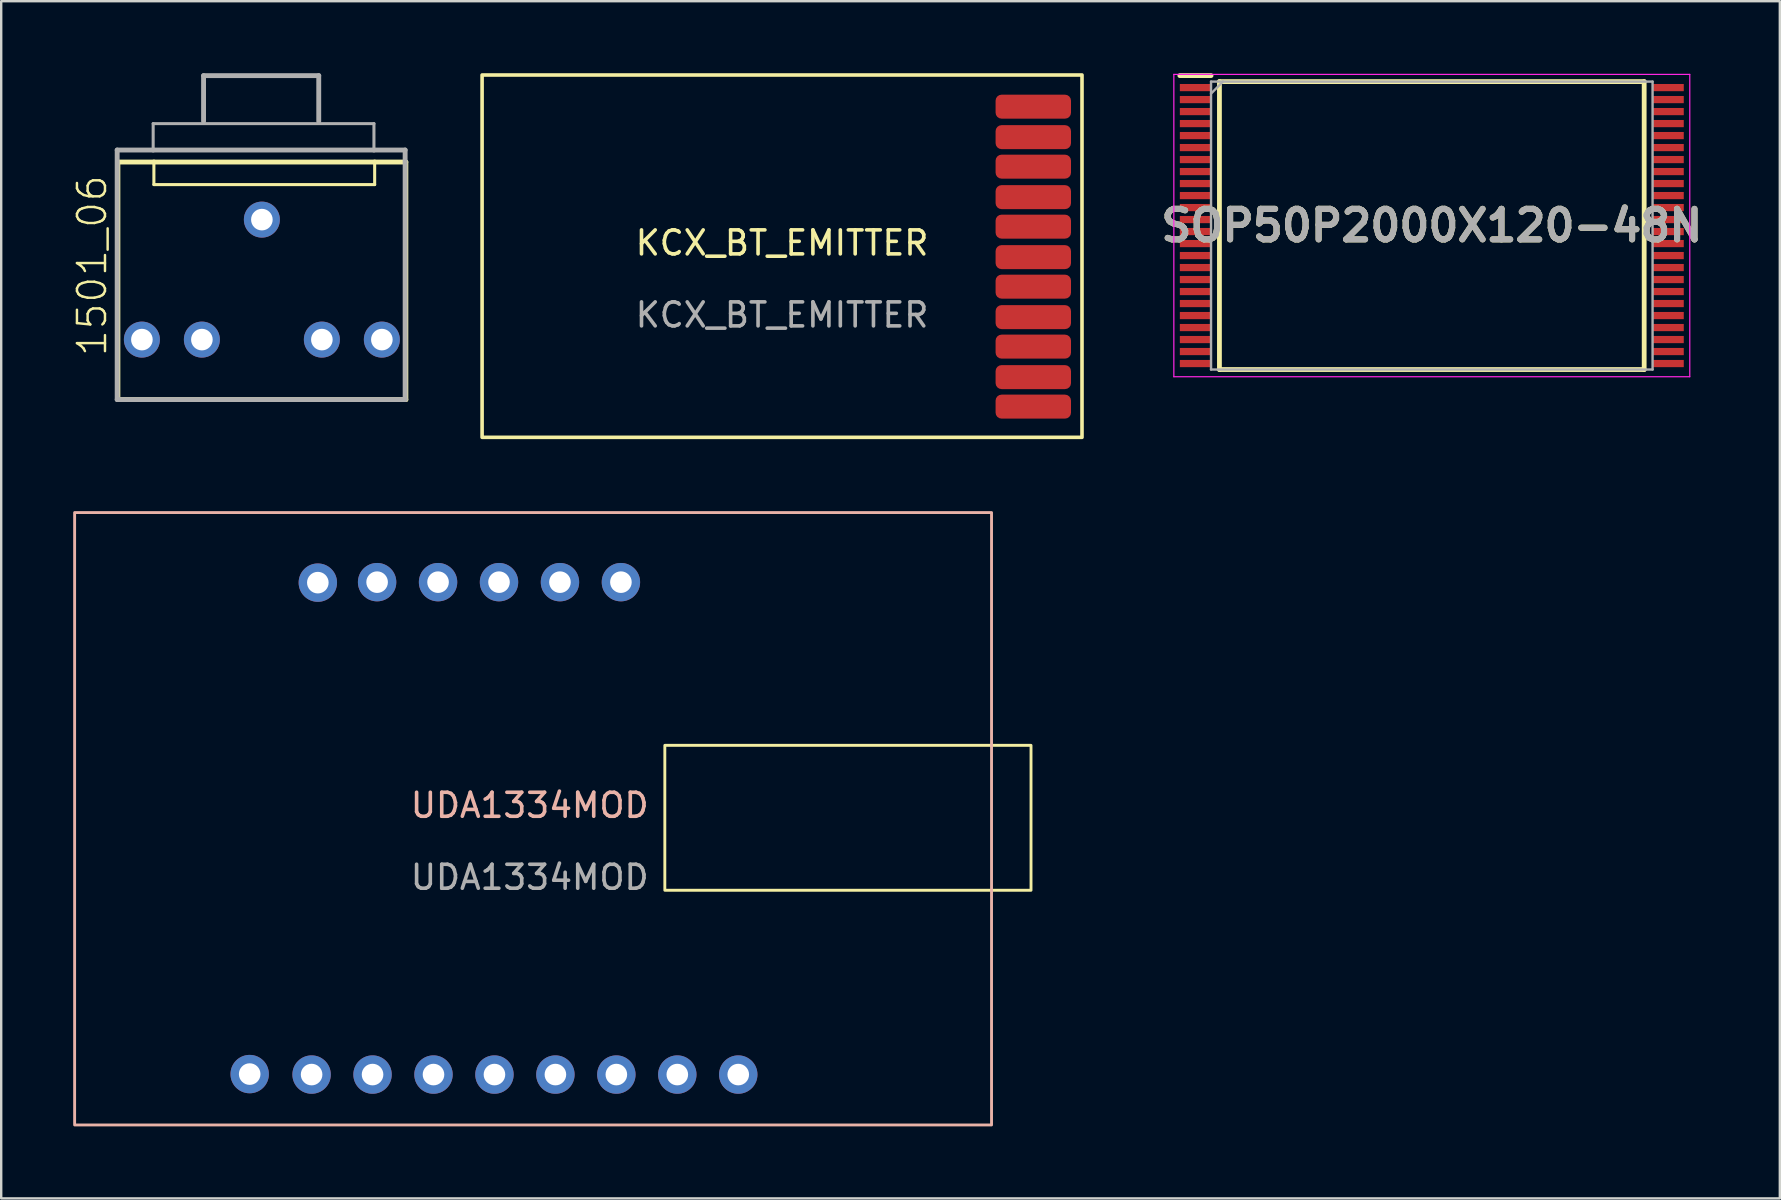
<source format=kicad_pcb>
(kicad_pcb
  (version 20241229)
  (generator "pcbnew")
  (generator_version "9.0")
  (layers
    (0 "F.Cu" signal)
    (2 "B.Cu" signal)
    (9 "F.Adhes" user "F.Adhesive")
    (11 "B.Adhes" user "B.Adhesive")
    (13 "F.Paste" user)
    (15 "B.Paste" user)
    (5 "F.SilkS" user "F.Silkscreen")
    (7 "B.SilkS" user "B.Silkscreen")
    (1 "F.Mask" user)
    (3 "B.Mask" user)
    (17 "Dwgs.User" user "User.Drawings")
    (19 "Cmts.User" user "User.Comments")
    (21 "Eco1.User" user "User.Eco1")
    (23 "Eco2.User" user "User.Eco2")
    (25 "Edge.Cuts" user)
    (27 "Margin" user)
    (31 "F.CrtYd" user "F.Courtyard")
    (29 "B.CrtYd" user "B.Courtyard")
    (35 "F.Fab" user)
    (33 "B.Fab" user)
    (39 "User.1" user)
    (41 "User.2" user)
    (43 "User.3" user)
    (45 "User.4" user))
  (footprint "KCX_BT_EMITTER"
    (layer "F.Cu")
    (at 29.54 7.575)
    (property "Reference" "KCX_BT_EMITTER" (at 0 -0.5 0) (unlocked yes) (layer "F.SilkS") (effects (font (size 1 1) (thickness 0.15))))
    (attr smd)
    (fp_rect (start -12.5 -7.5) (end 12.5 7.6) (stroke (width 0.15) (type default)) (fill no) (layer "F.SilkS"))
    (fp_text user "${REFERENCE}" (at 0 2.5 0) (unlocked yes) (layer "F.Fab") (effects (font (size 1 1) (thickness 0.15))))
    (pad "1" smd roundrect (at 10.47 -6.18) (size 3.143 1) (layers "F.Cu" "F.Mask" "F.Paste") (roundrect_rratio 0.25))
    (pad "2" smd roundrect (at 10.47 -4.91) (size 3.143 1) (layers "F.Cu" "F.Mask" "F.Paste") (roundrect_rratio 0.25))
    (pad "3" smd roundrect (at 10.47 -3.68) (size 3.143 1) (layers "F.Cu" "F.Mask" "F.Paste") (roundrect_rratio 0.25))
    (pad "4" smd roundrect (at 10.47 -2.41) (size 3.143 1) (layers "F.Cu" "F.Mask" "F.Paste") (roundrect_rratio 0.25))
    (pad "5" smd roundrect (at 10.47 -1.18) (size 3.143 1) (layers "F.Cu" "F.Mask" "F.Paste") (roundrect_rratio 0.25))
    (pad "6" smd roundrect (at 10.47 0.09) (size 3.143 1) (layers "F.Cu" "F.Mask" "F.Paste") (roundrect_rratio 0.25))
    (pad "7" smd roundrect (at 10.47 1.32) (size 3.143 1) (layers "F.Cu" "F.Mask" "F.Paste") (roundrect_rratio 0.25))
    (pad "8" smd roundrect (at 10.47 2.59) (size 3.143 1) (layers "F.Cu" "F.Mask" "F.Paste") (roundrect_rratio 0.25))
    (pad "9" smd roundrect (at 10.47 3.82) (size 3.143 1) (layers "F.Cu" "F.Mask" "F.Paste") (roundrect_rratio 0.25))
    (pad "10" smd roundrect (at 10.47 5.09) (size 3.143 1) (layers "F.Cu" "F.Mask" "F.Paste") (roundrect_rratio 0.25))
    (pad "11" smd roundrect (at 10.47 6.32) (size 3.143 1) (layers "F.Cu" "F.Mask" "F.Paste") (roundrect_rratio 0.25)))
  (footprint "UDA1334MOD"
    (layer "F.Cu")
    (at 19.025 31.01)
    (property "Reference" "UDA1334MOD" (at 0 -0.5 0) (unlocked yes) (layer "B.SilkS") (effects (font (size 1 1) (thickness 0.15))))
    (attr through_hole)
    (fp_rect (start 5.63 -3) (end 20.89 3.04) (stroke (width 0.12) (type default)) (fill no) (layer "F.SilkS"))
    (fp_rect (start -18.965 -12.7) (end 19.245 12.82) (stroke (width 0.12) (type default)) (fill no) (layer "B.SilkS"))
    (fp_text user "${REFERENCE}" (at 0 2.5 0) (unlocked yes) (layer "F.Fab") (effects (font (size 1 1) (thickness 0.15))))
    (pad "1" thru_hole circle (at -11.67 10.7) (size 1.6 1.6) (drill 0.9) (layers "*.Cu" "*.Mask"))
    (pad "2" thru_hole circle (at -9.09 10.72) (size 1.6 1.6) (drill 0.9) (layers "*.Cu" "*.Mask"))
    (pad "3" thru_hole circle (at -6.55 10.72) (size 1.6 1.6) (drill 0.9) (layers "*.Cu" "*.Mask"))
    (pad "4" thru_hole circle (at -4.01 10.72) (size 1.6 1.6) (drill 0.9) (layers "*.Cu" "*.Mask"))
    (pad "5" thru_hole circle (at -1.47 10.72) (size 1.6 1.6) (drill 0.9) (layers "*.Cu" "*.Mask"))
    (pad "6" thru_hole circle (at 1.07 10.72) (size 1.6 1.6) (drill 0.9) (layers "*.Cu" "*.Mask"))
    (pad "7" thru_hole circle (at 3.61 10.72) (size 1.6 1.6) (drill 0.9) (layers "*.Cu" "*.Mask"))
    (pad "8" thru_hole circle (at 6.15 10.72) (size 1.6 1.6) (drill 0.9) (layers "*.Cu" "*.Mask"))
    (pad "9" thru_hole circle (at 8.69 10.72) (size 1.6 1.6) (drill 0.9) (layers "*.Cu" "*.Mask"))
    (pad "10" thru_hole circle (at -8.83 -9.78) (size 1.6 1.6) (drill 0.9) (layers "*.Cu" "*.Mask"))
    (pad "11" thru_hole circle (at -6.36 -9.8) (size 1.6 1.6) (drill 0.9) (layers "*.Cu" "*.Mask"))
    (pad "12" thru_hole circle (at -3.82 -9.8) (size 1.6 1.6) (drill 0.9) (layers "*.Cu" "*.Mask"))
    (pad "13" thru_hole circle (at -1.28 -9.8) (size 1.6 1.6) (drill 0.9) (layers "*.Cu" "*.Mask"))
    (pad "14" thru_hole circle (at 1.26 -9.8) (size 1.6 1.6) (drill 0.9) (layers "*.Cu" "*.Mask"))
    (pad "15" thru_hole circle (at 3.8 -9.8) (size 1.6 1.6) (drill 0.9) (layers "*.Cu" "*.Mask")))
  (footprint "1501_06"
    (layer "F.Cu")
    (at 7.863 3.102)
    (property "Reference" "1501_06" (at -6.39 8.77 90) (layer "F.SilkS") (effects (font (size 1.168 1.168) (thickness 0.102)) (justify left bottom)))
    (fp_line (start -6 0.6) (end -4.5 0.6) (stroke (width 0.203) (type solid)) (layer "F.SilkS"))
    (fp_line (start -6 10.5) (end -6 0.6) (stroke (width 0.203) (type solid)) (layer "F.SilkS"))
    (fp_line (start -4.5 0.6) (end -4.5 1.54) (stroke (width 0.127) (type solid)) (layer "F.SilkS"))
    (fp_line (start -4.5 0.6) (end 4.7 0.6) (stroke (width 0.203) (type solid)) (layer "F.SilkS"))
    (fp_line (start -4.5 1.54) (end 4.7 1.54) (stroke (width 0.127) (type solid)) (layer "F.SilkS"))
    (fp_line (start 4.7 0.6) (end 6 0.6) (stroke (width 0.203) (type solid)) (layer "F.SilkS"))
    (fp_line (start 4.7 1.54) (end 4.7 0.6) (stroke (width 0.127) (type solid)) (layer "F.SilkS"))
    (fp_line (start 6 0.6) (end 6 10.5) (stroke (width 0.203) (type solid)) (layer "F.SilkS"))
    (fp_line (start 6 10.5) (end -6 10.5) (stroke (width 0.203) (type solid)) (layer "F.SilkS"))
    (fp_line (start -6.03 0.1) (end -4.53 0.1) (stroke (width 0.203) (type solid)) (layer "F.Fab"))
    (fp_line (start -6.03 10.5) (end -6.03 0.1) (stroke (width 0.203) (type solid)) (layer "F.Fab"))
    (fp_line (start -4.53 -1) (end 4.67 -1) (stroke (width 0.127) (type solid)) (layer "F.Fab"))
    (fp_line (start -4.53 0.1) (end -4.53 -1) (stroke (width 0.127) (type solid)) (layer "F.Fab"))
    (fp_line (start -4.53 0.1) (end 4.67 0.1) (stroke (width 0.203) (type solid)) (layer "F.Fab"))
    (fp_line (start -2.43 -3) (end 2.37 -3) (stroke (width 0.203) (type solid)) (layer "F.Fab"))
    (fp_line (start -2.43 -1.1) (end -2.43 -3) (stroke (width 0.203) (type solid)) (layer "F.Fab"))
    (fp_line (start 2.37 -3) (end 2.37 -1.1) (stroke (width 0.203) (type solid)) (layer "F.Fab"))
    (fp_line (start 4.67 -1) (end 4.67 0.1) (stroke (width 0.127) (type solid)) (layer "F.Fab"))
    (fp_line (start 4.67 0.1) (end 5.97 0.1) (stroke (width 0.203) (type solid)) (layer "F.Fab"))
    (fp_line (start 5.97 0.1) (end 5.97 10.5) (stroke (width 0.203) (type solid)) (layer "F.Fab"))
    (fp_line (start 5.97 10.5) (end -6.03 10.5) (stroke (width 0.203) (type solid)) (layer "F.Fab"))
    (pad "1" thru_hole circle (at 0 3 180) (size 1.5 1.5) (drill 0.9) (layers "*.Cu" "*.Mask"))
    (pad "2" thru_hole circle (at 5 8 90) (size 1.5 1.5) (drill 0.9) (layers "*.Cu" "*.Mask"))
    (pad "3" thru_hole circle (at 2.5 8 180) (size 1.5 1.5) (drill 0.9) (layers "*.Cu" "*.Mask"))
    (pad "4" thru_hole circle (at -2.5 8 180) (size 1.5 1.5) (drill 0.9) (layers "*.Cu" "*.Mask"))
    (pad "5" thru_hole circle (at -5 8 90) (size 1.5 1.5) (drill 0.9) (layers "*.Cu" "*.Mask")))
  (footprint "SOP50P2000X120-48N"
    (layer "F.Cu")
    (at 56.617 6.35)
    (property "Reference" "SOP50P2000X120-48N" (at 0 0 0) (layer "F.SilkS") (effects (font (size 1.27 1.27) (thickness 0.254))))
    (attr smd)
    (fp_line (start -10.5 -6.25) (end -9.2 -6.25) (stroke (width 0.2) (type solid)) (layer "F.SilkS"))
    (fp_line (start -8.85 -6) (end 8.85 -6) (stroke (width 0.2) (type solid)) (layer "F.SilkS"))
    (fp_line (start -8.85 6) (end -8.85 -6) (stroke (width 0.2) (type solid)) (layer "F.SilkS"))
    (fp_line (start 8.85 -6) (end 8.85 6) (stroke (width 0.2) (type solid)) (layer "F.SilkS"))
    (fp_line (start 8.85 6) (end -8.85 6) (stroke (width 0.2) (type solid)) (layer "F.SilkS"))
    (fp_line (start -10.75 -6.3) (end 10.75 -6.3) (stroke (width 0.05) (type solid)) (layer "F.CrtYd"))
    (fp_line (start -10.75 6.3) (end -10.75 -6.3) (stroke (width 0.05) (type solid)) (layer "F.CrtYd"))
    (fp_line (start 10.75 -6.3) (end 10.75 6.3) (stroke (width 0.05) (type solid)) (layer "F.CrtYd"))
    (fp_line (start 10.75 6.3) (end -10.75 6.3) (stroke (width 0.05) (type solid)) (layer "F.CrtYd"))
    (fp_line (start -9.2 -6) (end 9.2 -6) (stroke (width 0.1) (type solid)) (layer "F.Fab"))
    (fp_line (start -9.2 -5.5) (end -8.7 -6) (stroke (width 0.1) (type solid)) (layer "F.Fab"))
    (fp_line (start -9.2 6) (end -9.2 -6) (stroke (width 0.1) (type solid)) (layer "F.Fab"))
    (fp_line (start 9.2 -6) (end 9.2 6) (stroke (width 0.1) (type solid)) (layer "F.Fab"))
    (fp_line (start 9.2 6) (end -9.2 6) (stroke (width 0.1) (type solid)) (layer "F.Fab"))
    (fp_text user "${REFERENCE}" (at 0 0 0) (layer "F.Fab") (effects (font (size 1.27 1.27) (thickness 0.254))))
    (pad "1" smd rect (at -9.85 -5.75 90) (size 0.3 1.3) (layers "F.Cu" "F.Mask" "F.Paste"))
    (pad "2" smd rect (at -9.85 -5.25 90) (size 0.3 1.3) (layers "F.Cu" "F.Mask" "F.Paste"))
    (pad "3" smd rect (at -9.85 -4.75 90) (size 0.3 1.3) (layers "F.Cu" "F.Mask" "F.Paste"))
    (pad "4" smd rect (at -9.85 -4.25 90) (size 0.3 1.3) (layers "F.Cu" "F.Mask" "F.Paste"))
    (pad "5" smd rect (at -9.85 -3.75 90) (size 0.3 1.3) (layers "F.Cu" "F.Mask" "F.Paste"))
    (pad "6" smd rect (at -9.85 -3.25 90) (size 0.3 1.3) (layers "F.Cu" "F.Mask" "F.Paste"))
    (pad "7" smd rect (at -9.85 -2.75 90) (size 0.3 1.3) (layers "F.Cu" "F.Mask" "F.Paste"))
    (pad "8" smd rect (at -9.85 -2.25 90) (size 0.3 1.3) (layers "F.Cu" "F.Mask" "F.Paste"))
    (pad "9" smd rect (at -9.85 -1.75 90) (size 0.3 1.3) (layers "F.Cu" "F.Mask" "F.Paste"))
    (pad "10" smd rect (at -9.85 -1.25 90) (size 0.3 1.3) (layers "F.Cu" "F.Mask" "F.Paste"))
    (pad "11" smd rect (at -9.85 -0.75 90) (size 0.3 1.3) (layers "F.Cu" "F.Mask" "F.Paste"))
    (pad "12" smd rect (at -9.85 -0.25 90) (size 0.3 1.3) (layers "F.Cu" "F.Mask" "F.Paste"))
    (pad "13" smd rect (at -9.85 0.25 90) (size 0.3 1.3) (layers "F.Cu" "F.Mask" "F.Paste"))
    (pad "14" smd rect (at -9.85 0.75 90) (size 0.3 1.3) (layers "F.Cu" "F.Mask" "F.Paste"))
    (pad "15" smd rect (at -9.85 1.25 90) (size 0.3 1.3) (layers "F.Cu" "F.Mask" "F.Paste"))
    (pad "16" smd rect (at -9.85 1.75 90) (size 0.3 1.3) (layers "F.Cu" "F.Mask" "F.Paste"))
    (pad "17" smd rect (at -9.85 2.25 90) (size 0.3 1.3) (layers "F.Cu" "F.Mask" "F.Paste"))
    (pad "18" smd rect (at -9.85 2.75 90) (size 0.3 1.3) (layers "F.Cu" "F.Mask" "F.Paste"))
    (pad "19" smd rect (at -9.85 3.25 90) (size 0.3 1.3) (layers "F.Cu" "F.Mask" "F.Paste"))
    (pad "20" smd rect (at -9.85 3.75 90) (size 0.3 1.3) (layers "F.Cu" "F.Mask" "F.Paste"))
    (pad "21" smd rect (at -9.85 4.25 90) (size 0.3 1.3) (layers "F.Cu" "F.Mask" "F.Paste"))
    (pad "22" smd rect (at -9.85 4.75 90) (size 0.3 1.3) (layers "F.Cu" "F.Mask" "F.Paste"))
    (pad "23" smd rect (at -9.85 5.25 90) (size 0.3 1.3) (layers "F.Cu" "F.Mask" "F.Paste"))
    (pad "24" smd rect (at -9.85 5.75 90) (size 0.3 1.3) (layers "F.Cu" "F.Mask" "F.Paste"))
    (pad "25" smd rect (at 9.85 5.75 90) (size 0.3 1.3) (layers "F.Cu" "F.Mask" "F.Paste"))
    (pad "26" smd rect (at 9.85 5.25 90) (size 0.3 1.3) (layers "F.Cu" "F.Mask" "F.Paste"))
    (pad "27" smd rect (at 9.85 4.75 90) (size 0.3 1.3) (layers "F.Cu" "F.Mask" "F.Paste"))
    (pad "28" smd rect (at 9.85 4.25 90) (size 0.3 1.3) (layers "F.Cu" "F.Mask" "F.Paste"))
    (pad "29" smd rect (at 9.85 3.75 90) (size 0.3 1.3) (layers "F.Cu" "F.Mask" "F.Paste"))
    (pad "30" smd rect (at 9.85 3.25 90) (size 0.3 1.3) (layers "F.Cu" "F.Mask" "F.Paste"))
    (pad "31" smd rect (at 9.85 2.75 90) (size 0.3 1.3) (layers "F.Cu" "F.Mask" "F.Paste"))
    (pad "32" smd rect (at 9.85 2.25 90) (size 0.3 1.3) (layers "F.Cu" "F.Mask" "F.Paste"))
    (pad "33" smd rect (at 9.85 1.75 90) (size 0.3 1.3) (layers "F.Cu" "F.Mask" "F.Paste"))
    (pad "34" smd rect (at 9.85 1.25 90) (size 0.3 1.3) (layers "F.Cu" "F.Mask" "F.Paste"))
    (pad "35" smd rect (at 9.85 0.75 90) (size 0.3 1.3) (layers "F.Cu" "F.Mask" "F.Paste"))
    (pad "36" smd rect (at 9.85 0.25 90) (size 0.3 1.3) (layers "F.Cu" "F.Mask" "F.Paste"))
    (pad "37" smd rect (at 9.85 -0.25 90) (size 0.3 1.3) (layers "F.Cu" "F.Mask" "F.Paste"))
    (pad "38" smd rect (at 9.85 -0.75 90) (size 0.3 1.3) (layers "F.Cu" "F.Mask" "F.Paste"))
    (pad "39" smd rect (at 9.85 -1.25 90) (size 0.3 1.3) (layers "F.Cu" "F.Mask" "F.Paste"))
    (pad "40" smd rect (at 9.85 -1.75 90) (size 0.3 1.3) (layers "F.Cu" "F.Mask" "F.Paste"))
    (pad "41" smd rect (at 9.85 -2.25 90) (size 0.3 1.3) (layers "F.Cu" "F.Mask" "F.Paste"))
    (pad "42" smd rect (at 9.85 -2.75 90) (size 0.3 1.3) (layers "F.Cu" "F.Mask" "F.Paste"))
    (pad "43" smd rect (at 9.85 -3.25 90) (size 0.3 1.3) (layers "F.Cu" "F.Mask" "F.Paste"))
    (pad "44" smd rect (at 9.85 -3.75 90) (size 0.3 1.3) (layers "F.Cu" "F.Mask" "F.Paste"))
    (pad "45" smd rect (at 9.85 -4.25 90) (size 0.3 1.3) (layers "F.Cu" "F.Mask" "F.Paste"))
    (pad "46" smd rect (at 9.85 -4.75 90) (size 0.3 1.3) (layers "F.Cu" "F.Mask" "F.Paste"))
    (pad "47" smd rect (at 9.85 -5.25 90) (size 0.3 1.3) (layers "F.Cu" "F.Mask" "F.Paste"))
    (pad "48" smd rect (at 9.85 -5.75 90) (size 0.3 1.3) (layers "F.Cu" "F.Mask" "F.Paste")))
  (gr_rect
    (start -3 -3)
    (end 71.12 46.89)
    (stroke (width 0.1) (type default))
    (fill no)
    (layer "Edge.Cuts")))
</source>
